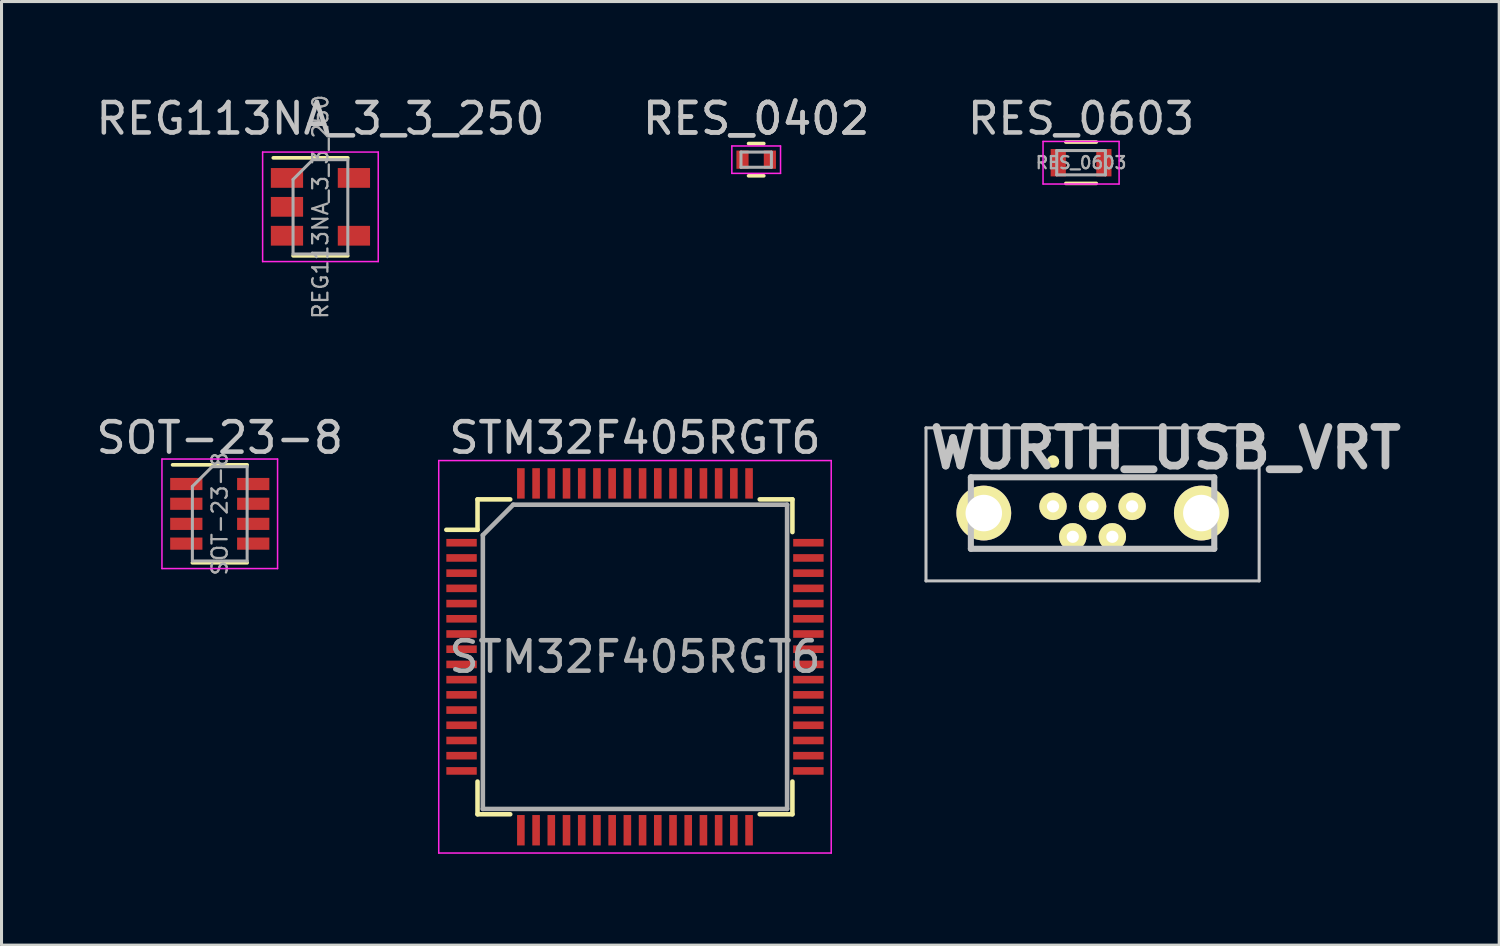
<source format=kicad_pcb>
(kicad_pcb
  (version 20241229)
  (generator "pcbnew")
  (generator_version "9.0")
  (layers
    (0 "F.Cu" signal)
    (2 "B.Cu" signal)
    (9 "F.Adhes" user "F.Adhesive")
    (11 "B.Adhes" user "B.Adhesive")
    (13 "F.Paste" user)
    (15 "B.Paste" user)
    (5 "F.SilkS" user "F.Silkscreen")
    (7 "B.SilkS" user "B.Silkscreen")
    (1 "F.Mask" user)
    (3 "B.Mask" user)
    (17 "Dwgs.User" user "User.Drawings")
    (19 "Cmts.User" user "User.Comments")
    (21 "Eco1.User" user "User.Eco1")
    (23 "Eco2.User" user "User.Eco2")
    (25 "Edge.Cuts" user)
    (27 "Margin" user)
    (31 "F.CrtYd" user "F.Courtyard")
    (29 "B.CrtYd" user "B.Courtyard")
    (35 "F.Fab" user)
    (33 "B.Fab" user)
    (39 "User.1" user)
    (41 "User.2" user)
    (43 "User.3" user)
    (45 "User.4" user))
  (footprint "WURTH_USB_VRT"
    (layer "F.Cu")
    (at 32.86 13.528)
    (property "Reference" "WURTH_USB_VRT" (at 2.4 -1.85 0) (layer "Dwgs.User") (effects (font (size 1.27 1.27) (thickness 0.254))))
    (attr through_hole)
    (fp_line (start -4 -0.89) (end 4 -0.89) (stroke (width 0.1) (type solid)) (layer "F.SilkS"))
    (fp_line (start -4 1.46) (end -1.5 1.46) (stroke (width 0.1) (type solid)) (layer "F.SilkS"))
    (fp_line (start -1.4 -1.415) (end -1.4 -1.415) (stroke (width 0.2) (type solid)) (layer "F.SilkS"))
    (fp_line (start -1.2 -1.415) (end -1.2 -1.415) (stroke (width 0.2) (type solid)) (layer "F.SilkS"))
    (fp_line (start 1.5 1.46) (end 4 1.46) (stroke (width 0.1) (type solid)) (layer "F.SilkS"))
    (fp_arc (start -1.4 -1.415) (mid -1.3 -1.515) (end -1.2 -1.415) (stroke (width 0.2) (type solid)) (layer "F.SilkS"))
    (fp_arc (start -1.199948 -1.399944) (mid -1.299948 -1.299944) (end -1.399948 -1.399944) (stroke (width 0.2) (type solid)) (layer "F.SilkS"))
    (fp_line (start -5.475 -2.515) (end 5.475 -2.515) (stroke (width 0.1) (type solid)) (layer "Dwgs.User"))
    (fp_line (start -5.475 2.515) (end -5.475 -2.515) (stroke (width 0.1) (type solid)) (layer "Dwgs.User"))
    (fp_line (start -4 -0.89) (end 4 -0.89) (stroke (width 0.2) (type solid)) (layer "Dwgs.User"))
    (fp_line (start -4 1.46) (end -4 -0.89) (stroke (width 0.2) (type solid)) (layer "Dwgs.User"))
    (fp_line (start 4 -0.89) (end 4 1.46) (stroke (width 0.2) (type solid)) (layer "Dwgs.User"))
    (fp_line (start 4 1.46) (end -4 1.46) (stroke (width 0.2) (type solid)) (layer "Dwgs.User"))
    (fp_line (start 5.475 -2.515) (end 5.475 2.515) (stroke (width 0.1) (type solid)) (layer "Dwgs.User"))
    (fp_line (start 5.475 2.515) (end -5.475 2.515) (stroke (width 0.1) (type solid)) (layer "Dwgs.User"))
    (pad "1" thru_hole circle (at -1.3 0.065 90) (size 0.9 0.9) (drill 0.4) (layers "*.Cu" "*.Mask" "F.SilkS"))
    (pad "2" thru_hole circle (at -0.65 1.065 90) (size 0.9 0.9) (drill 0.4) (layers "*.Cu" "*.Mask" "F.SilkS"))
    (pad "3" thru_hole circle (at 0 0.065 90) (size 0.9 0.9) (drill 0.4) (layers "*.Cu" "*.Mask" "F.SilkS"))
    (pad "4" thru_hole circle (at 0.65 1.065 90) (size 0.9 0.9) (drill 0.4) (layers "*.Cu" "*.Mask" "F.SilkS"))
    (pad "5" thru_hole circle (at 1.3 0.065 90) (size 0.9 0.9) (drill 0.4) (layers "*.Cu" "*.Mask" "F.SilkS"))
    (pad "6" thru_hole circle (at -3.575 0.285 90) (size 1.8 1.8) (drill 1.2) (layers "*.Cu" "*.Mask" "F.SilkS"))
    (pad "7" thru_hole circle (at 3.575 0.285 90) (size 1.8 1.8) (drill 1.2) (layers "*.Cu" "*.Mask" "F.SilkS")))
  (footprint "STM32F405RGT6"
    (layer "F.Cu")
    (at 17.82 18.538)
    (property "Reference" "STM32F405RGT6" (at 0 -7.2 0) (layer "Dwgs.User") (effects (font (size 1 1) (thickness 0.15))))
    (attr smd)
    (fp_line (start -5.175 -5.175) (end -5.175 -4.175) (stroke (width 0.15) (type solid)) (layer "F.SilkS"))
    (fp_line (start -5.175 -5.175) (end -4.1 -5.175) (stroke (width 0.15) (type solid)) (layer "F.SilkS"))
    (fp_line (start -5.175 -4.175) (end -6.2 -4.175) (stroke (width 0.15) (type solid)) (layer "F.SilkS"))
    (fp_line (start -5.175 5.175) (end -5.175 4.1) (stroke (width 0.15) (type solid)) (layer "F.SilkS"))
    (fp_line (start -5.175 5.175) (end -4.1 5.175) (stroke (width 0.15) (type solid)) (layer "F.SilkS"))
    (fp_line (start 5.175 -5.175) (end 4.1 -5.175) (stroke (width 0.15) (type solid)) (layer "F.SilkS"))
    (fp_line (start 5.175 -5.175) (end 5.175 -4.1) (stroke (width 0.15) (type solid)) (layer "F.SilkS"))
    (fp_line (start 5.175 5.175) (end 4.1 5.175) (stroke (width 0.15) (type solid)) (layer "F.SilkS"))
    (fp_line (start 5.175 5.175) (end 5.175 4.1) (stroke (width 0.15) (type solid)) (layer "F.SilkS"))
    (fp_line (start -6.45 -6.45) (end -6.45 6.45) (stroke (width 0.05) (type solid)) (layer "F.CrtYd"))
    (fp_line (start -6.45 -6.45) (end 6.45 -6.45) (stroke (width 0.05) (type solid)) (layer "F.CrtYd"))
    (fp_line (start -6.45 6.45) (end 6.45 6.45) (stroke (width 0.05) (type solid)) (layer "F.CrtYd"))
    (fp_line (start 6.45 -6.45) (end 6.45 6.45) (stroke (width 0.05) (type solid)) (layer "F.CrtYd"))
    (fp_line (start -5 -4) (end -4 -5) (stroke (width 0.15) (type solid)) (layer "F.Fab"))
    (fp_line (start -5 5) (end -5 -4) (stroke (width 0.15) (type solid)) (layer "F.Fab"))
    (fp_line (start -4 -5) (end 5 -5) (stroke (width 0.15) (type solid)) (layer "F.Fab"))
    (fp_line (start 5 -5) (end 5 5) (stroke (width 0.15) (type solid)) (layer "F.Fab"))
    (fp_line (start 5 5) (end -5 5) (stroke (width 0.15) (type solid)) (layer "F.Fab"))
    (fp_text user "${REFERENCE}" (at 0 0 0) (layer "F.Fab") (effects (font (size 1 1) (thickness 0.15))))
    (pad "1" smd rect (at -5.7 -3.75) (size 1 0.25) (layers "F.Cu" "F.Mask" "F.Paste"))
    (pad "2" smd rect (at -5.7 -3.25) (size 1 0.25) (layers "F.Cu" "F.Mask" "F.Paste"))
    (pad "3" smd rect (at -5.7 -2.75) (size 1 0.25) (layers "F.Cu" "F.Mask" "F.Paste"))
    (pad "4" smd rect (at -5.7 -2.25) (size 1 0.25) (layers "F.Cu" "F.Mask" "F.Paste"))
    (pad "5" smd rect (at -5.7 -1.75) (size 1 0.25) (layers "F.Cu" "F.Mask" "F.Paste"))
    (pad "6" smd rect (at -5.7 -1.25) (size 1 0.25) (layers "F.Cu" "F.Mask" "F.Paste"))
    (pad "7" smd rect (at -5.7 -0.75) (size 1 0.25) (layers "F.Cu" "F.Mask" "F.Paste"))
    (pad "8" smd rect (at -5.7 -0.25) (size 1 0.25) (layers "F.Cu" "F.Mask" "F.Paste"))
    (pad "9" smd rect (at -5.7 0.25) (size 1 0.25) (layers "F.Cu" "F.Mask" "F.Paste"))
    (pad "10" smd rect (at -5.7 0.75) (size 1 0.25) (layers "F.Cu" "F.Mask" "F.Paste"))
    (pad "11" smd rect (at -5.7 1.25) (size 1 0.25) (layers "F.Cu" "F.Mask" "F.Paste"))
    (pad "12" smd rect (at -5.7 1.75) (size 1 0.25) (layers "F.Cu" "F.Mask" "F.Paste"))
    (pad "13" smd rect (at -5.7 2.25) (size 1 0.25) (layers "F.Cu" "F.Mask" "F.Paste"))
    (pad "14" smd rect (at -5.7 2.75) (size 1 0.25) (layers "F.Cu" "F.Mask" "F.Paste"))
    (pad "15" smd rect (at -5.7 3.25) (size 1 0.25) (layers "F.Cu" "F.Mask" "F.Paste"))
    (pad "16" smd rect (at -5.7 3.75) (size 1 0.25) (layers "F.Cu" "F.Mask" "F.Paste"))
    (pad "17" smd rect (at -3.75 5.7 90) (size 1 0.25) (layers "F.Cu" "F.Mask" "F.Paste"))
    (pad "18" smd rect (at -3.25 5.7 90) (size 1 0.25) (layers "F.Cu" "F.Mask" "F.Paste"))
    (pad "19" smd rect (at -2.75 5.7 90) (size 1 0.25) (layers "F.Cu" "F.Mask" "F.Paste"))
    (pad "20" smd rect (at -2.25 5.7 90) (size 1 0.25) (layers "F.Cu" "F.Mask" "F.Paste"))
    (pad "21" smd rect (at -1.75 5.7 90) (size 1 0.25) (layers "F.Cu" "F.Mask" "F.Paste"))
    (pad "22" smd rect (at -1.25 5.7 90) (size 1 0.25) (layers "F.Cu" "F.Mask" "F.Paste"))
    (pad "23" smd rect (at -0.75 5.7 90) (size 1 0.25) (layers "F.Cu" "F.Mask" "F.Paste"))
    (pad "24" smd rect (at -0.25 5.7 90) (size 1 0.25) (layers "F.Cu" "F.Mask" "F.Paste"))
    (pad "25" smd rect (at 0.25 5.7 90) (size 1 0.25) (layers "F.Cu" "F.Mask" "F.Paste"))
    (pad "26" smd rect (at 0.75 5.7 90) (size 1 0.25) (layers "F.Cu" "F.Mask" "F.Paste"))
    (pad "27" smd rect (at 1.25 5.7 90) (size 1 0.25) (layers "F.Cu" "F.Mask" "F.Paste"))
    (pad "28" smd rect (at 1.75 5.7 90) (size 1 0.25) (layers "F.Cu" "F.Mask" "F.Paste"))
    (pad "29" smd rect (at 2.25 5.7 90) (size 1 0.25) (layers "F.Cu" "F.Mask" "F.Paste"))
    (pad "30" smd rect (at 2.75 5.7 90) (size 1 0.25) (layers "F.Cu" "F.Mask" "F.Paste"))
    (pad "31" smd rect (at 3.25 5.7 90) (size 1 0.25) (layers "F.Cu" "F.Mask" "F.Paste"))
    (pad "32" smd rect (at 3.75 5.7 90) (size 1 0.25) (layers "F.Cu" "F.Mask" "F.Paste"))
    (pad "33" smd rect (at 5.7 3.75) (size 1 0.25) (layers "F.Cu" "F.Mask" "F.Paste"))
    (pad "34" smd rect (at 5.7 3.25) (size 1 0.25) (layers "F.Cu" "F.Mask" "F.Paste"))
    (pad "35" smd rect (at 5.7 2.75) (size 1 0.25) (layers "F.Cu" "F.Mask" "F.Paste"))
    (pad "36" smd rect (at 5.7 2.25) (size 1 0.25) (layers "F.Cu" "F.Mask" "F.Paste"))
    (pad "37" smd rect (at 5.7 1.75) (size 1 0.25) (layers "F.Cu" "F.Mask" "F.Paste"))
    (pad "38" smd rect (at 5.7 1.25) (size 1 0.25) (layers "F.Cu" "F.Mask" "F.Paste"))
    (pad "39" smd rect (at 5.7 0.75) (size 1 0.25) (layers "F.Cu" "F.Mask" "F.Paste"))
    (pad "40" smd rect (at 5.7 0.25) (size 1 0.25) (layers "F.Cu" "F.Mask" "F.Paste"))
    (pad "41" smd rect (at 5.7 -0.25) (size 1 0.25) (layers "F.Cu" "F.Mask" "F.Paste"))
    (pad "42" smd rect (at 5.7 -0.75) (size 1 0.25) (layers "F.Cu" "F.Mask" "F.Paste"))
    (pad "43" smd rect (at 5.7 -1.25) (size 1 0.25) (layers "F.Cu" "F.Mask" "F.Paste"))
    (pad "44" smd rect (at 5.7 -1.75) (size 1 0.25) (layers "F.Cu" "F.Mask" "F.Paste"))
    (pad "45" smd rect (at 5.7 -2.25) (size 1 0.25) (layers "F.Cu" "F.Mask" "F.Paste"))
    (pad "46" smd rect (at 5.7 -2.75) (size 1 0.25) (layers "F.Cu" "F.Mask" "F.Paste"))
    (pad "47" smd rect (at 5.7 -3.25) (size 1 0.25) (layers "F.Cu" "F.Mask" "F.Paste"))
    (pad "48" smd rect (at 5.7 -3.75) (size 1 0.25) (layers "F.Cu" "F.Mask" "F.Paste"))
    (pad "49" smd rect (at 3.75 -5.7 90) (size 1 0.25) (layers "F.Cu" "F.Mask" "F.Paste"))
    (pad "50" smd rect (at 3.25 -5.7 90) (size 1 0.25) (layers "F.Cu" "F.Mask" "F.Paste"))
    (pad "51" smd rect (at 2.75 -5.7 90) (size 1 0.25) (layers "F.Cu" "F.Mask" "F.Paste"))
    (pad "52" smd rect (at 2.25 -5.7 90) (size 1 0.25) (layers "F.Cu" "F.Mask" "F.Paste"))
    (pad "53" smd rect (at 1.75 -5.7 90) (size 1 0.25) (layers "F.Cu" "F.Mask" "F.Paste"))
    (pad "54" smd rect (at 1.25 -5.7 90) (size 1 0.25) (layers "F.Cu" "F.Mask" "F.Paste"))
    (pad "55" smd rect (at 0.75 -5.7 90) (size 1 0.25) (layers "F.Cu" "F.Mask" "F.Paste"))
    (pad "56" smd rect (at 0.25 -5.7 90) (size 1 0.25) (layers "F.Cu" "F.Mask" "F.Paste"))
    (pad "57" smd rect (at -0.25 -5.7 90) (size 1 0.25) (layers "F.Cu" "F.Mask" "F.Paste"))
    (pad "58" smd rect (at -0.75 -5.7 90) (size 1 0.25) (layers "F.Cu" "F.Mask" "F.Paste"))
    (pad "59" smd rect (at -1.25 -5.7 90) (size 1 0.25) (layers "F.Cu" "F.Mask" "F.Paste"))
    (pad "60" smd rect (at -1.75 -5.7 90) (size 1 0.25) (layers "F.Cu" "F.Mask" "F.Paste"))
    (pad "61" smd rect (at -2.25 -5.7 90) (size 1 0.25) (layers "F.Cu" "F.Mask" "F.Paste"))
    (pad "62" smd rect (at -2.75 -5.7 90) (size 1 0.25) (layers "F.Cu" "F.Mask" "F.Paste"))
    (pad "63" smd rect (at -3.25 -5.7 90) (size 1 0.25) (layers "F.Cu" "F.Mask" "F.Paste"))
    (pad "64" smd rect (at -3.75 -5.7 90) (size 1 0.25) (layers "F.Cu" "F.Mask" "F.Paste")))
  (footprint "REG113NA_3_3_250"
    (layer "F.Cu")
    (at 7.482 3.748)
    (property "Reference" "REG113NA_3_3_250" (at 0 -2.9 0) (layer "Dwgs.User") (effects (font (size 1 1) (thickness 0.15))))
    (attr smd)
    (fp_line (start -0.9 1.61) (end 0.9 1.61) (stroke (width 0.12) (type solid)) (layer "F.SilkS"))
    (fp_line (start 0.9 -1.61) (end -1.55 -1.61) (stroke (width 0.12) (type solid)) (layer "F.SilkS"))
    (fp_line (start -1.9 -1.8) (end 1.9 -1.8) (stroke (width 0.05) (type solid)) (layer "F.CrtYd"))
    (fp_line (start -1.9 1.8) (end -1.9 -1.8) (stroke (width 0.05) (type solid)) (layer "F.CrtYd"))
    (fp_line (start 1.9 -1.8) (end 1.9 1.8) (stroke (width 0.05) (type solid)) (layer "F.CrtYd"))
    (fp_line (start 1.9 1.8) (end -1.9 1.8) (stroke (width 0.05) (type solid)) (layer "F.CrtYd"))
    (fp_line (start -0.9 -0.9) (end -0.9 1.55) (stroke (width 0.1) (type solid)) (layer "F.Fab"))
    (fp_line (start -0.9 -0.9) (end -0.25 -1.55) (stroke (width 0.1) (type solid)) (layer "F.Fab"))
    (fp_line (start 0.9 -1.55) (end -0.25 -1.55) (stroke (width 0.1) (type solid)) (layer "F.Fab"))
    (fp_line (start 0.9 -1.55) (end 0.9 1.55) (stroke (width 0.1) (type solid)) (layer "F.Fab"))
    (fp_line (start 0.9 1.55) (end -0.9 1.55) (stroke (width 0.1) (type solid)) (layer "F.Fab"))
    (fp_text user "${REFERENCE}" (at 0 0 90) (layer "F.Fab") (effects (font (size 0.5 0.5) (thickness 0.075))))
    (pad "1" smd rect (at -1.1 -0.95) (size 1.06 0.65) (layers "F.Cu" "F.Mask" "F.Paste"))
    (pad "2" smd rect (at -1.1 0) (size 1.06 0.65) (layers "F.Cu" "F.Mask" "F.Paste"))
    (pad "3" smd rect (at -1.1 0.95) (size 1.06 0.65) (layers "F.Cu" "F.Mask" "F.Paste"))
    (pad "4" smd rect (at 1.1 0.95) (size 1.06 0.65) (layers "F.Cu" "F.Mask" "F.Paste"))
    (pad "5" smd rect (at 1.1 -0.95) (size 1.06 0.65) (layers "F.Cu" "F.Mask" "F.Paste")))
  (footprint "RES_0402"
    (layer "F.Cu")
    (at 21.804 2.198)
    (property "Reference" "RES_0402" (at 0 -1.35 0) (layer "Dwgs.User") (effects (font (size 1 1) (thickness 0.15))))
    (attr smd)
    (fp_line (start -0.25 0.53) (end 0.25 0.53) (stroke (width 0.12) (type solid)) (layer "F.SilkS"))
    (fp_line (start 0.25 -0.53) (end -0.25 -0.53) (stroke (width 0.12) (type solid)) (layer "F.SilkS"))
    (fp_line (start -0.8 -0.45) (end -0.8 0.45) (stroke (width 0.05) (type solid)) (layer "F.CrtYd"))
    (fp_line (start -0.8 -0.45) (end 0.8 -0.45) (stroke (width 0.05) (type solid)) (layer "F.CrtYd"))
    (fp_line (start 0.8 0.45) (end -0.8 0.45) (stroke (width 0.05) (type solid)) (layer "F.CrtYd"))
    (fp_line (start 0.8 0.45) (end 0.8 -0.45) (stroke (width 0.05) (type solid)) (layer "F.CrtYd"))
    (fp_line (start -0.5 -0.25) (end 0.5 -0.25) (stroke (width 0.1) (type solid)) (layer "F.Fab"))
    (fp_line (start -0.5 0.25) (end -0.5 -0.25) (stroke (width 0.1) (type solid)) (layer "F.Fab"))
    (fp_line (start 0.5 -0.25) (end 0.5 0.25) (stroke (width 0.1) (type solid)) (layer "F.Fab"))
    (fp_line (start 0.5 0.25) (end -0.5 0.25) (stroke (width 0.1) (type solid)) (layer "F.Fab"))
    (fp_text user "${REFERENCE}" (at 0 -1.35 0) (layer "F.Fab") (effects (font (size 1 1) (thickness 0.15))))
    (pad "1" smd rect (at -0.45 0) (size 0.4 0.6) (layers "F.Cu" "F.Mask" "F.Paste"))
    (pad "2" smd rect (at 0.45 0) (size 0.4 0.6) (layers "F.Cu" "F.Mask" "F.Paste")))
  (footprint "SOT-23-8"
    (layer "F.Cu")
    (at 4.173 13.838)
    (property "Reference" "SOT-23-8" (at 0 -2.5 0) (layer "Dwgs.User") (effects (font (size 1 1) (thickness 0.15))))
    (attr smd)
    (fp_line (start -0.9 1.61) (end 0.9 1.61) (stroke (width 0.12) (type solid)) (layer "F.SilkS"))
    (fp_line (start 0.9 -1.61) (end -1.55 -1.61) (stroke (width 0.12) (type solid)) (layer "F.SilkS"))
    (fp_line (start -1.9 -1.8) (end -1.9 1.8) (stroke (width 0.05) (type solid)) (layer "F.CrtYd"))
    (fp_line (start -1.9 1.8) (end 1.9 1.8) (stroke (width 0.05) (type solid)) (layer "F.CrtYd"))
    (fp_line (start 1.9 -1.8) (end -1.9 -1.8) (stroke (width 0.05) (type solid)) (layer "F.CrtYd"))
    (fp_line (start 1.9 1.8) (end 1.9 -1.8) (stroke (width 0.05) (type solid)) (layer "F.CrtYd"))
    (fp_line (start -0.9 -0.9) (end -0.9 1.55) (stroke (width 0.1) (type solid)) (layer "F.Fab"))
    (fp_line (start -0.9 -0.9) (end -0.25 -1.55) (stroke (width 0.1) (type solid)) (layer "F.Fab"))
    (fp_line (start 0.9 -1.55) (end -0.25 -1.55) (stroke (width 0.1) (type solid)) (layer "F.Fab"))
    (fp_line (start 0.9 -1.55) (end 0.9 1.55) (stroke (width 0.1) (type solid)) (layer "F.Fab"))
    (fp_line (start 0.9 1.55) (end -0.9 1.55) (stroke (width 0.1) (type solid)) (layer "F.Fab"))
    (fp_text user "${REFERENCE}" (at 0 0 90) (layer "F.Fab") (effects (font (size 0.5 0.5) (thickness 0.075))))
    (pad "1" smd rect (at -1.1 -0.98) (size 1.06 0.4) (layers "F.Cu" "F.Mask" "F.Paste"))
    (pad "2" smd rect (at -1.1 -0.33) (size 1.06 0.4) (layers "F.Cu" "F.Mask" "F.Paste"))
    (pad "3" smd rect (at -1.1 0.33) (size 1.06 0.4) (layers "F.Cu" "F.Mask" "F.Paste"))
    (pad "4" smd rect (at -1.1 0.98) (size 1.06 0.4) (layers "F.Cu" "F.Mask" "F.Paste"))
    (pad "5" smd rect (at 1.1 0.98) (size 1.06 0.4) (layers "F.Cu" "F.Mask" "F.Paste"))
    (pad "6" smd rect (at 1.1 0.33) (size 1.06 0.4) (layers "F.Cu" "F.Mask" "F.Paste"))
    (pad "7" smd rect (at 1.1 -0.33) (size 1.06 0.4) (layers "F.Cu" "F.Mask" "F.Paste"))
    (pad "8" smd rect (at 1.1 -0.98) (size 1.06 0.4) (layers "F.Cu" "F.Mask" "F.Paste")))
  (footprint "RES_0603"
    (layer "F.Cu")
    (at 32.482 2.298)
    (property "Reference" "RES_0603" (at 0 -1.45 0) (layer "Dwgs.User") (effects (font (size 1 1) (thickness 0.15))))
    (attr smd)
    (fp_line (start -0.5 -0.68) (end 0.5 -0.68) (stroke (width 0.12) (type solid)) (layer "F.SilkS"))
    (fp_line (start 0.5 0.68) (end -0.5 0.68) (stroke (width 0.12) (type solid)) (layer "F.SilkS"))
    (fp_line (start -1.25 -0.7) (end -1.25 0.7) (stroke (width 0.05) (type solid)) (layer "F.CrtYd"))
    (fp_line (start -1.25 -0.7) (end 1.25 -0.7) (stroke (width 0.05) (type solid)) (layer "F.CrtYd"))
    (fp_line (start 1.25 0.7) (end -1.25 0.7) (stroke (width 0.05) (type solid)) (layer "F.CrtYd"))
    (fp_line (start 1.25 0.7) (end 1.25 -0.7) (stroke (width 0.05) (type solid)) (layer "F.CrtYd"))
    (fp_line (start -0.8 -0.4) (end 0.8 -0.4) (stroke (width 0.1) (type solid)) (layer "F.Fab"))
    (fp_line (start -0.8 0.4) (end -0.8 -0.4) (stroke (width 0.1) (type solid)) (layer "F.Fab"))
    (fp_line (start 0.8 -0.4) (end 0.8 0.4) (stroke (width 0.1) (type solid)) (layer "F.Fab"))
    (fp_line (start 0.8 0.4) (end -0.8 0.4) (stroke (width 0.1) (type solid)) (layer "F.Fab"))
    (fp_text user "${REFERENCE}" (at 0 0 0) (layer "F.Fab") (effects (font (size 0.4 0.4) (thickness 0.075))))
    (pad "1" smd rect (at -0.75 0) (size 0.5 0.9) (layers "F.Cu" "F.Mask" "F.Paste"))
    (pad "2" smd rect (at 0.75 0) (size 0.5 0.9) (layers "F.Cu" "F.Mask" "F.Paste")))
  (gr_rect
    (start -3 -3)
    (end 46.225 28.013)
    (stroke (width 0.1) (type default))
    (fill no)
    (layer "Edge.Cuts")))
</source>
